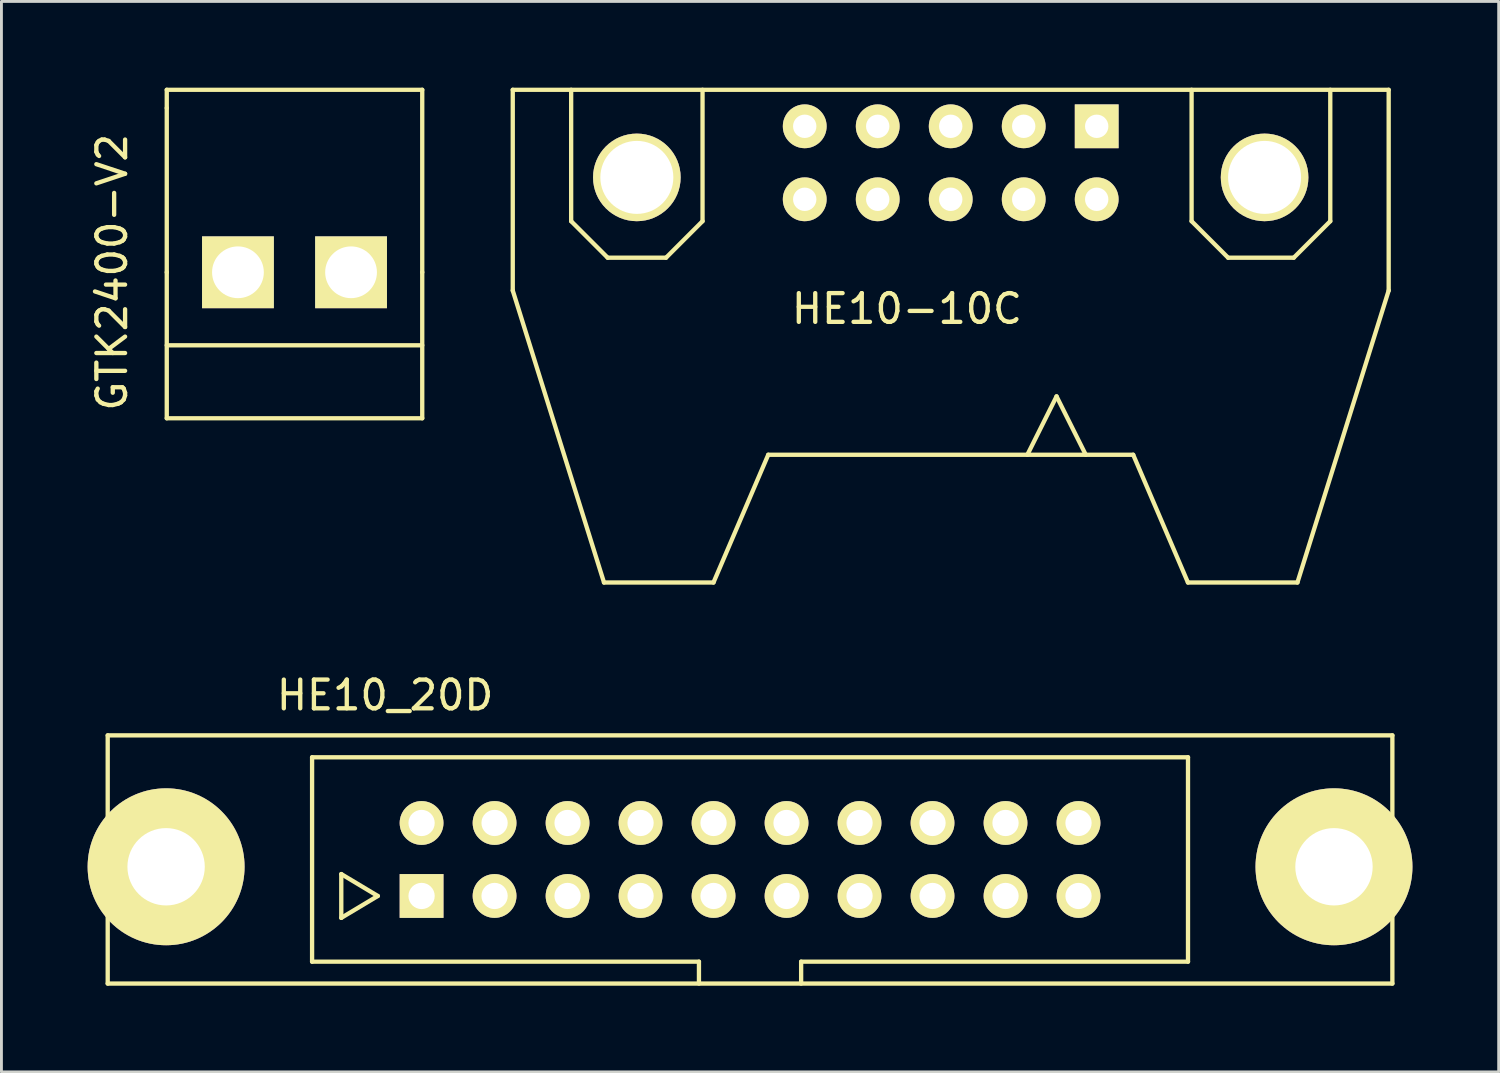
<source format=kicad_pcb>
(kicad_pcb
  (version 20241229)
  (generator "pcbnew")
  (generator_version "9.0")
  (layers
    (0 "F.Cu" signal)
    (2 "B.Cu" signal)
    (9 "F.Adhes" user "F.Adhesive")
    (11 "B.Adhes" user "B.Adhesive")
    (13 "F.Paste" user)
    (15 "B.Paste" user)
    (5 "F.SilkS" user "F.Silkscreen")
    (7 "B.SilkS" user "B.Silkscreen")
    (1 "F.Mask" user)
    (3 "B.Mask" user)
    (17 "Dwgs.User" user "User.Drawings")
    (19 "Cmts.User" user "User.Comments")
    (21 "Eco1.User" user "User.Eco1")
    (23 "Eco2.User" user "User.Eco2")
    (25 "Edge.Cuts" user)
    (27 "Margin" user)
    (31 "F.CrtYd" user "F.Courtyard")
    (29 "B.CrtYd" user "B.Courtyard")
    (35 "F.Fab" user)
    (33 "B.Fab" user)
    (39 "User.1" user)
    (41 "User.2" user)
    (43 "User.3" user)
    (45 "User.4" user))
  (footprint "GTK2400-V2"
    (layer "F.Cu")
    (at 7.198 6.425)
    (property "Reference" "GTK2400-V2" (at -6.35 0 90) (layer "F.SilkS") (effects (font (size 1 1) (thickness 0.15))))
    (attr through_hole)
    (fp_line (start -4.445 -6.35) (end 4.445 -6.35) (stroke (width 0.15) (type solid)) (layer "F.SilkS"))
    (fp_line (start -4.445 -5.715) (end -4.445 -6.35) (stroke (width 0.15) (type solid)) (layer "F.SilkS"))
    (fp_line (start -4.445 0) (end -4.445 -5.715) (stroke (width 0.15) (type solid)) (layer "F.SilkS"))
    (fp_line (start -4.445 2.54) (end 4.445 2.54) (stroke (width 0.15) (type solid)) (layer "F.SilkS"))
    (fp_line (start -4.445 5.08) (end -4.445 0) (stroke (width 0.15) (type solid)) (layer "F.SilkS"))
    (fp_line (start 4.445 -6.35) (end 4.445 0) (stroke (width 0.15) (type solid)) (layer "F.SilkS"))
    (fp_line (start 4.445 0) (end 4.445 5.08) (stroke (width 0.15) (type solid)) (layer "F.SilkS"))
    (fp_line (start 4.445 5.08) (end -4.445 5.08) (stroke (width 0.15) (type solid)) (layer "F.SilkS"))
    (pad "1" thru_hole rect (at -1.968 0) (size 2.499 2.499) (drill 1.801) (layers "*.Cu" "*.Mask" "F.SilkS"))
    (pad "2" thru_hole rect (at 1.968 0) (size 2.499 2.499) (drill 1.801) (layers "*.Cu" "*.Mask" "F.SilkS")))
  (footprint "HE10-10C"
    (layer "F.Cu")
    (at 30.033 2.615)
    (property "Reference" "HE10-10C" (at -1.524 5.08 180) (layer "F.SilkS") (effects (font (size 1 1) (thickness 0.15))))
    (attr through_hole)
    (fp_line (start -15.24 -2.54) (end -15.24 4.445) (stroke (width 0.15) (type solid)) (layer "F.SilkS"))
    (fp_line (start -15.24 4.445) (end -12.065 14.605) (stroke (width 0.15) (type solid)) (layer "F.SilkS"))
    (fp_line (start -13.208 2.032) (end -13.208 -2.54) (stroke (width 0.15) (type solid)) (layer "F.SilkS"))
    (fp_line (start -12.065 14.605) (end -8.255 14.605) (stroke (width 0.15) (type solid)) (layer "F.SilkS"))
    (fp_line (start -11.938 3.302) (end -13.208 2.032) (stroke (width 0.15) (type solid)) (layer "F.SilkS"))
    (fp_line (start -9.906 3.302) (end -11.938 3.302) (stroke (width 0.15) (type solid)) (layer "F.SilkS"))
    (fp_line (start -8.636 -2.54) (end -8.636 2.032) (stroke (width 0.15) (type solid)) (layer "F.SilkS"))
    (fp_line (start -8.636 2.032) (end -9.906 3.302) (stroke (width 0.15) (type solid)) (layer "F.SilkS"))
    (fp_line (start -8.255 14.605) (end -6.35 10.16) (stroke (width 0.15) (type solid)) (layer "F.SilkS"))
    (fp_line (start -6.35 10.16) (end 6.35 10.16) (stroke (width 0.15) (type solid)) (layer "F.SilkS"))
    (fp_line (start 3.683 8.128) (end 2.667 10.16) (stroke (width 0.15) (type solid)) (layer "F.SilkS"))
    (fp_line (start 4.699 10.16) (end 3.683 8.128) (stroke (width 0.15) (type solid)) (layer "F.SilkS"))
    (fp_line (start 8.255 14.605) (end 6.35 10.16) (stroke (width 0.15) (type solid)) (layer "F.SilkS"))
    (fp_line (start 8.382 2.032) (end 8.382 -2.54) (stroke (width 0.15) (type solid)) (layer "F.SilkS"))
    (fp_line (start 9.652 3.302) (end 8.382 2.032) (stroke (width 0.15) (type solid)) (layer "F.SilkS"))
    (fp_line (start 11.938 3.302) (end 9.652 3.302) (stroke (width 0.15) (type solid)) (layer "F.SilkS"))
    (fp_line (start 12.065 14.605) (end 8.255 14.605) (stroke (width 0.15) (type solid)) (layer "F.SilkS"))
    (fp_line (start 13.208 -2.54) (end 13.208 2.032) (stroke (width 0.15) (type solid)) (layer "F.SilkS"))
    (fp_line (start 13.208 2.032) (end 11.938 3.302) (stroke (width 0.15) (type solid)) (layer "F.SilkS"))
    (fp_line (start 15.24 -2.54) (end -15.24 -2.54) (stroke (width 0.15) (type solid)) (layer "F.SilkS"))
    (fp_line (start 15.24 -2.54) (end 15.24 4.445) (stroke (width 0.15) (type solid)) (layer "F.SilkS"))
    (fp_line (start 15.24 4.445) (end 12.065 14.605) (stroke (width 0.15) (type solid)) (layer "F.SilkS"))
    (pad "0" thru_hole circle (at -10.922 0.508) (size 3.048 3.048) (drill 2.54) (layers "*.Cu" "*.Mask" "F.SilkS"))
    (pad "0" thru_hole circle (at 10.922 0.508) (size 3.048 3.048) (drill 2.54) (layers "*.Cu" "*.Mask" "F.SilkS"))
    (pad "1" thru_hole rect (at 5.08 -1.27) (size 1.524 1.524) (drill 0.813) (layers "*.Cu" "*.Mask" "F.SilkS"))
    (pad "2" thru_hole circle (at 5.08 1.27) (size 1.524 1.524) (drill 0.813) (layers "*.Cu" "*.Mask" "F.SilkS"))
    (pad "3" thru_hole circle (at 2.54 -1.27) (size 1.524 1.524) (drill 0.813) (layers "*.Cu" "*.Mask" "F.SilkS"))
    (pad "4" thru_hole circle (at 2.54 1.27) (size 1.524 1.524) (drill 0.813) (layers "*.Cu" "*.Mask" "F.SilkS"))
    (pad "5" thru_hole circle (at 0 -1.27) (size 1.524 1.524) (drill 0.813) (layers "*.Cu" "*.Mask" "F.SilkS"))
    (pad "6" thru_hole circle (at 0 1.27) (size 1.524 1.524) (drill 0.813) (layers "*.Cu" "*.Mask" "F.SilkS"))
    (pad "7" thru_hole circle (at -2.54 -1.27) (size 1.524 1.524) (drill 0.813) (layers "*.Cu" "*.Mask" "F.SilkS"))
    (pad "8" thru_hole circle (at -2.54 1.27) (size 1.524 1.524) (drill 0.813) (layers "*.Cu" "*.Mask" "F.SilkS"))
    (pad "9" thru_hole circle (at -5.08 -1.27) (size 1.524 1.524) (drill 0.813) (layers "*.Cu" "*.Mask" "F.SilkS"))
    (pad "10" thru_hole circle (at -5.08 1.27) (size 1.524 1.524) (drill 0.813) (layers "*.Cu" "*.Mask" "F.SilkS")))
  (footprint "HE10_20D"
    (layer "F.Cu")
    (at 23.05 26.858)
    (property "Reference" "HE10_20D" (at -12.7 -5.715 0) (layer "F.SilkS") (effects (font (size 1 1) (thickness 0.15))))
    (attr through_hole)
    (fp_line (start -22.352 -4.318) (end -22.352 4.318) (stroke (width 0.15) (type solid)) (layer "F.SilkS"))
    (fp_line (start -22.352 4.318) (end 22.352 4.318) (stroke (width 0.15) (type solid)) (layer "F.SilkS"))
    (fp_line (start -15.24 -3.556) (end 15.24 -3.556) (stroke (width 0.15) (type solid)) (layer "F.SilkS"))
    (fp_line (start -15.24 3.556) (end -15.24 -3.556) (stroke (width 0.15) (type solid)) (layer "F.SilkS"))
    (fp_line (start -14.224 0.508) (end -14.224 2.032) (stroke (width 0.15) (type solid)) (layer "F.SilkS"))
    (fp_line (start -14.224 2.032) (end -12.954 1.27) (stroke (width 0.15) (type solid)) (layer "F.SilkS"))
    (fp_line (start -12.954 1.27) (end -14.224 0.508) (stroke (width 0.15) (type solid)) (layer "F.SilkS"))
    (fp_line (start -1.778 3.556) (end -15.24 3.556) (stroke (width 0.15) (type solid)) (layer "F.SilkS"))
    (fp_line (start -1.778 4.318) (end -1.778 3.556) (stroke (width 0.15) (type solid)) (layer "F.SilkS"))
    (fp_line (start 1.778 3.556) (end 1.778 4.318) (stroke (width 0.15) (type solid)) (layer "F.SilkS"))
    (fp_line (start 15.24 -3.556) (end 15.24 3.556) (stroke (width 0.15) (type solid)) (layer "F.SilkS"))
    (fp_line (start 15.24 3.556) (end 1.778 3.556) (stroke (width 0.15) (type solid)) (layer "F.SilkS"))
    (fp_line (start 22.352 -4.318) (end -22.352 -4.318) (stroke (width 0.15) (type solid)) (layer "F.SilkS"))
    (fp_line (start 22.352 4.318) (end 22.352 -4.318) (stroke (width 0.15) (type solid)) (layer "F.SilkS"))
    (pad "" thru_hole circle (at -20.32 0.254) (size 5.461 5.461) (drill 2.692) (layers "*.Cu" "*.Mask" "F.SilkS"))
    (pad "" thru_hole circle (at 20.32 0.254) (size 5.461 5.461) (drill 2.692) (layers "*.Cu" "*.Mask" "F.SilkS"))
    (pad "1" thru_hole rect (at -11.43 1.27) (size 1.524 1.524) (drill 0.914) (layers "*.Cu" "*.Mask" "F.SilkS"))
    (pad "2" thru_hole circle (at -11.43 -1.27) (size 1.524 1.524) (drill 0.914) (layers "*.Cu" "*.Mask" "F.SilkS"))
    (pad "3" thru_hole circle (at -8.89 1.27) (size 1.524 1.524) (drill 0.914) (layers "*.Cu" "*.Mask" "F.SilkS"))
    (pad "4" thru_hole circle (at -8.89 -1.27) (size 1.524 1.524) (drill 0.914) (layers "*.Cu" "*.Mask" "F.SilkS"))
    (pad "5" thru_hole circle (at -6.35 1.27) (size 1.524 1.524) (drill 0.914) (layers "*.Cu" "*.Mask" "F.SilkS"))
    (pad "6" thru_hole circle (at -6.35 -1.27) (size 1.524 1.524) (drill 0.914) (layers "*.Cu" "*.Mask" "F.SilkS"))
    (pad "7" thru_hole circle (at -3.81 1.27) (size 1.524 1.524) (drill 0.914) (layers "*.Cu" "*.Mask" "F.SilkS"))
    (pad "8" thru_hole circle (at -3.81 -1.27) (size 1.524 1.524) (drill 0.914) (layers "*.Cu" "*.Mask" "F.SilkS"))
    (pad "9" thru_hole circle (at -1.27 1.27) (size 1.524 1.524) (drill 0.914) (layers "*.Cu" "*.Mask" "F.SilkS"))
    (pad "10" thru_hole circle (at -1.27 -1.27) (size 1.524 1.524) (drill 0.914) (layers "*.Cu" "*.Mask" "F.SilkS"))
    (pad "11" thru_hole circle (at 1.27 1.27) (size 1.524 1.524) (drill 0.914) (layers "*.Cu" "*.Mask" "F.SilkS"))
    (pad "12" thru_hole circle (at 1.27 -1.27) (size 1.524 1.524) (drill 0.914) (layers "*.Cu" "*.Mask" "F.SilkS"))
    (pad "13" thru_hole circle (at 3.81 1.27) (size 1.524 1.524) (drill 0.914) (layers "*.Cu" "*.Mask" "F.SilkS"))
    (pad "14" thru_hole circle (at 3.81 -1.27) (size 1.524 1.524) (drill 0.914) (layers "*.Cu" "*.Mask" "F.SilkS"))
    (pad "15" thru_hole circle (at 6.35 1.27) (size 1.524 1.524) (drill 0.914) (layers "*.Cu" "*.Mask" "F.SilkS"))
    (pad "16" thru_hole circle (at 6.35 -1.27) (size 1.524 1.524) (drill 0.914) (layers "*.Cu" "*.Mask" "F.SilkS"))
    (pad "17" thru_hole circle (at 8.89 1.27) (size 1.524 1.524) (drill 0.914) (layers "*.Cu" "*.Mask" "F.SilkS"))
    (pad "18" thru_hole circle (at 8.89 -1.27) (size 1.524 1.524) (drill 0.914) (layers "*.Cu" "*.Mask" "F.SilkS"))
    (pad "19" thru_hole circle (at 11.43 1.27) (size 1.524 1.524) (drill 0.914) (layers "*.Cu" "*.Mask" "F.SilkS"))
    (pad "20" thru_hole circle (at 11.43 -1.27) (size 1.524 1.524) (drill 0.914) (layers "*.Cu" "*.Mask" "F.SilkS")))
  (gr_rect
    (start -3 -3)
    (end 49.101 34.251)
    (stroke (width 0.1) (type default))
    (fill no)
    (layer "Edge.Cuts")))
</source>
